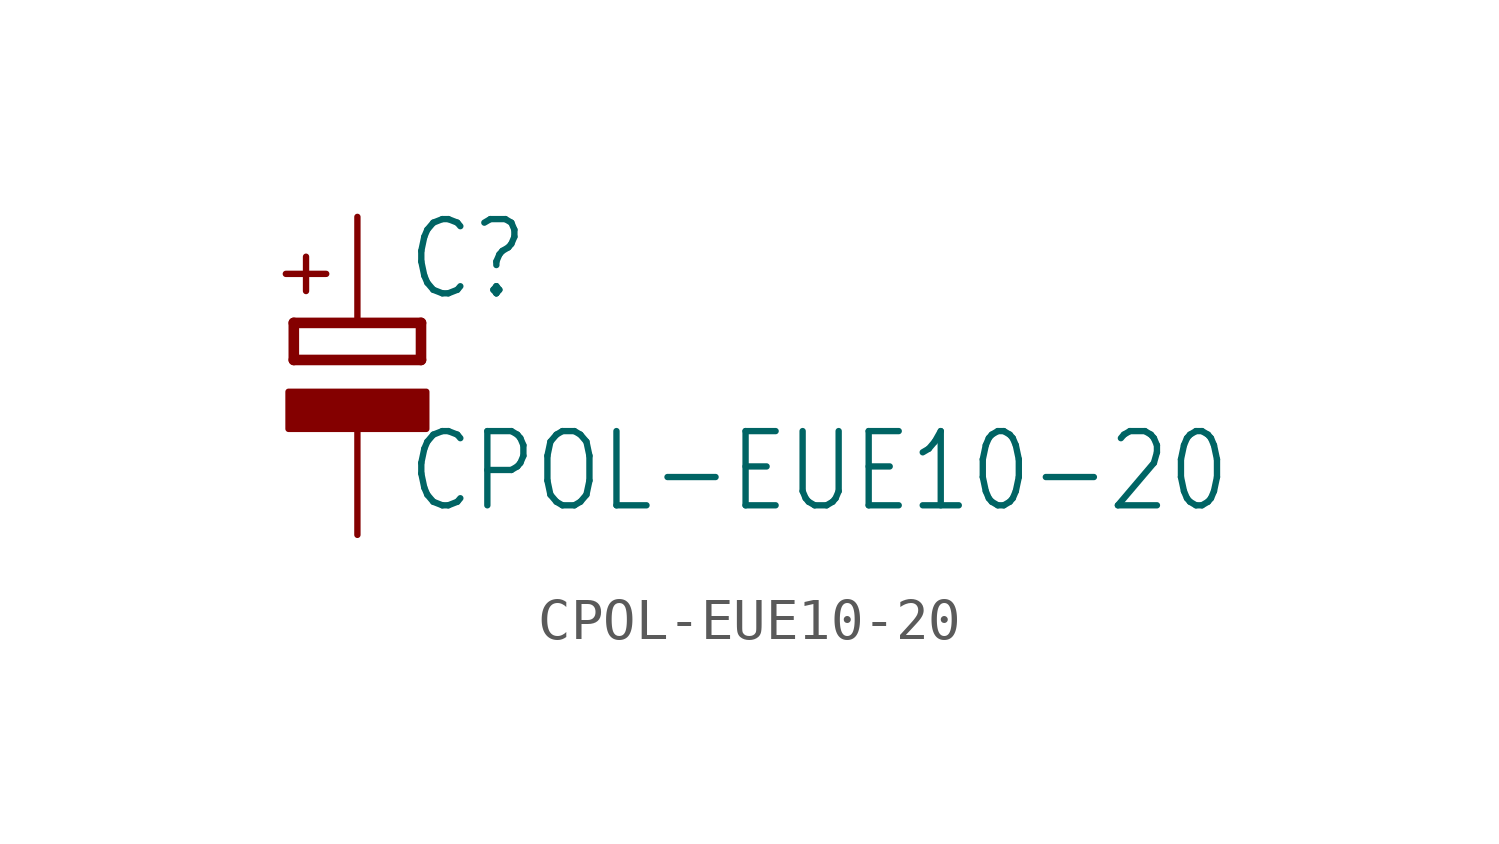
<source format=kicad_sym>
(kicad_symbol_lib
  (version 20211014)
  (generator kicad_symbol_editor)
  (symbol "CPOL-EUE10-20"
    (property "Reference" "C"
      (at 1.143 0.483 0)
      (effects (font (size 1.778 1.511)) (justify left bottom)))
    (property "Value" "CPOL-EUE10-20"
      (at 1.143 -4.597 0)
      (effects (font (size 1.778 1.511)) (justify left bottom)))
    (property "ki_locked" ""
      (at 0 0 0)
      (effects (font (size 1.27 1.27))))
    (symbol "CPOL-EUE10-20_1_0"
      (rectangle (start -1.651 -2.54) (end 1.651 -1.651) (stroke (width 0) (type default) (color 0 0 0 0)) (fill (type outline)))
      (polyline (pts (xy -1.524 -0.889) (xy 1.524 -0.889)) (stroke (width 0.254) (type default) (color 0 0 0 0)) (fill (type none)))
      (polyline (pts (xy -1.524 0) (xy -1.524 -0.889)) (stroke (width 0.254) (type default) (color 0 0 0 0)) (fill (type none)))
      (polyline (pts (xy -1.524 0) (xy 1.524 0)) (stroke (width 0.254) (type default) (color 0 0 0 0)) (fill (type none)))
      (polyline (pts (xy 1.524 -0.889) (xy 1.524 0)) (stroke (width 0.254) (type default) (color 0 0 0 0)) (fill (type none)))
      (text "+" (at -0.584 0.406 900) (effects (font (size 1.27 1.079)) (justify left bottom)))
      (pin passive line (at 0 2.54 270) (length 2.54) (name "+" (effects (font (size 0 0)))) (number "1" (effects (font (size 0 0)))))
      (pin passive line (at 0 -5.08 90) (length 2.54) (name "-" (effects (font (size 0 0)))) (number "2" (effects (font (size 0 0))))))))
</source>
